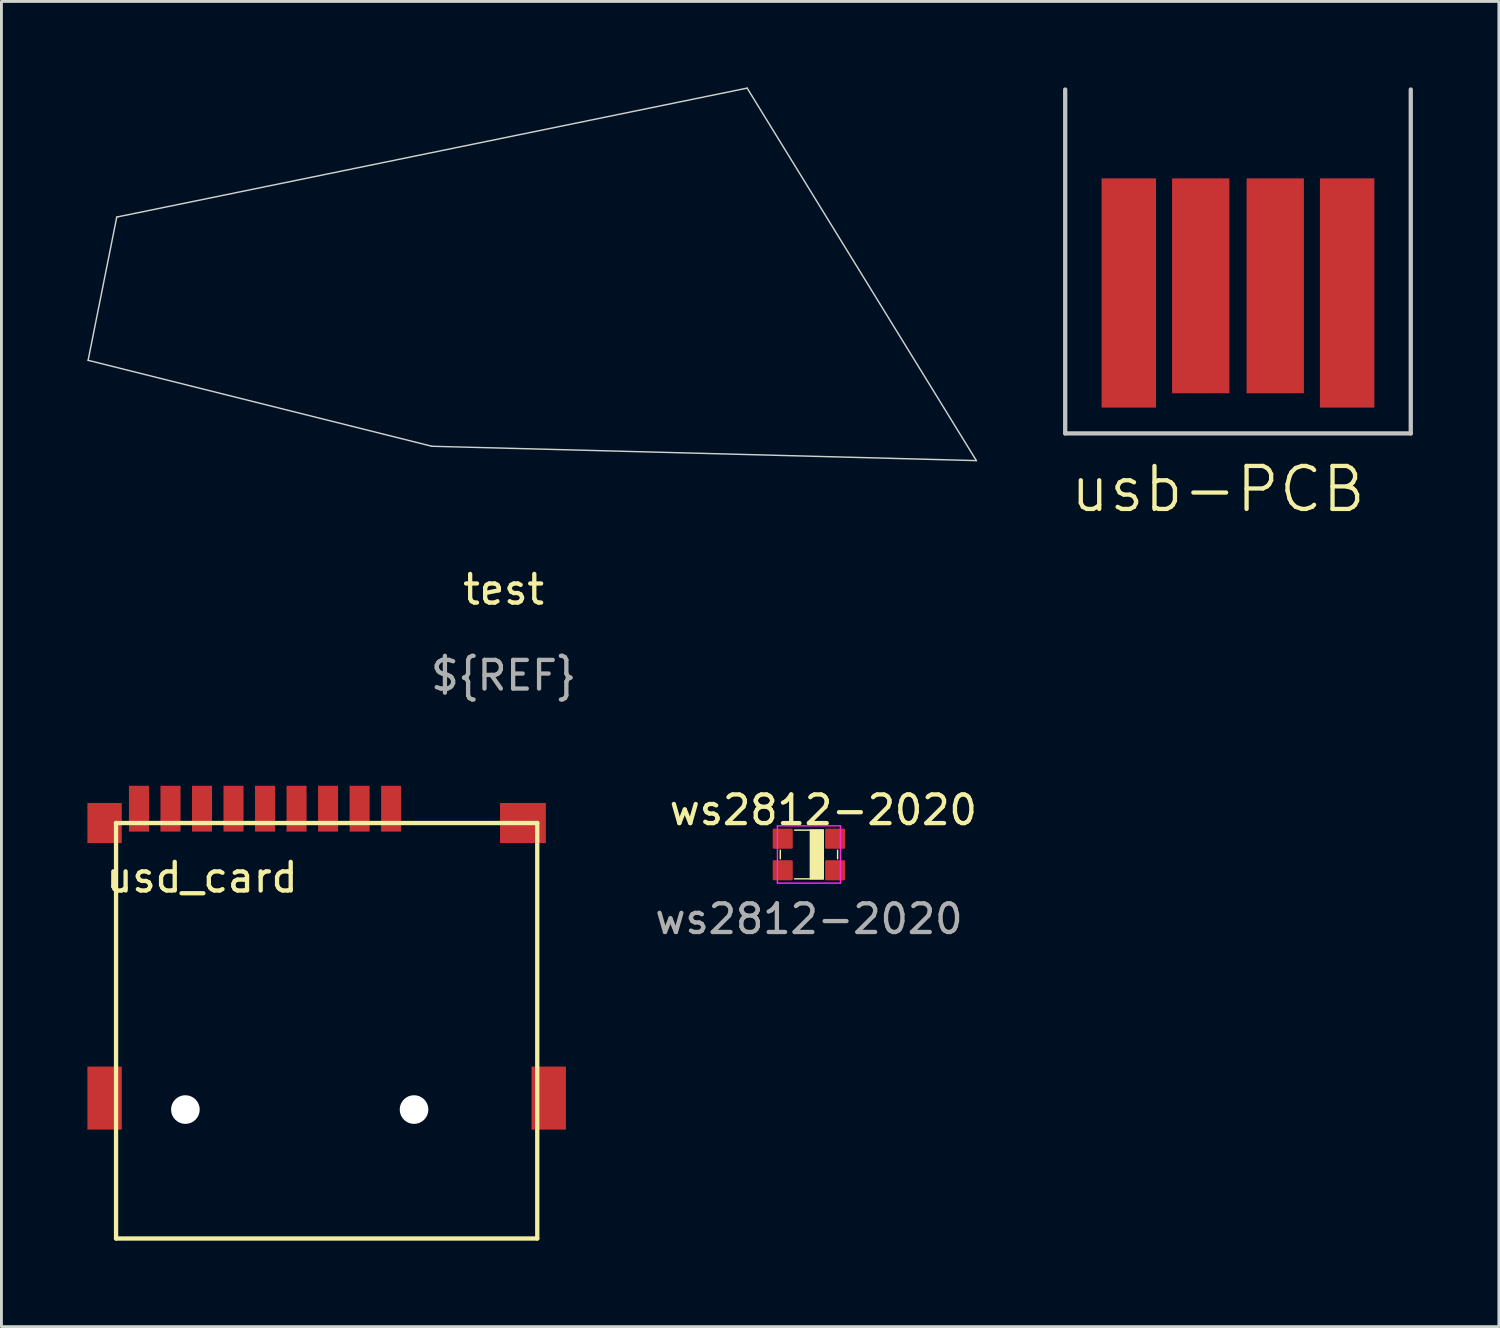
<source format=kicad_pcb>
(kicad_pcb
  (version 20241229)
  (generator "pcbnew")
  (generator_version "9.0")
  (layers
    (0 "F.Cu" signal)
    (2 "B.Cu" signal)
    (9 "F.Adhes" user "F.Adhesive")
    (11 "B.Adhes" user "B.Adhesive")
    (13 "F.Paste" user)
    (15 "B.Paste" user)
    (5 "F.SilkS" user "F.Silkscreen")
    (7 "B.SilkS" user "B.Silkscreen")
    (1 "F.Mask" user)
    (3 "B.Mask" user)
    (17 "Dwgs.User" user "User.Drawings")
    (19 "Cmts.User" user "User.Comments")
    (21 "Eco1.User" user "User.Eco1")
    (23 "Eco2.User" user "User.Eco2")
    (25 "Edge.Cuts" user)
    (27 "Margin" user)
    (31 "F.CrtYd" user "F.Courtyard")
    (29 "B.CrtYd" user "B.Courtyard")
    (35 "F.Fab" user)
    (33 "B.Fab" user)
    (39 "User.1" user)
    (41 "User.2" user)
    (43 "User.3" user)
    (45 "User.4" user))
  (footprint "usb-PCB"
    (layer "F.Cu")
    (at 40.155 12.075)
    (property "Reference" "usb-PCB" (at -0.7 1.95 0) (layer "F.SilkS") (effects (font (size 1.5 1.5) (thickness 0.15))))
    (attr exclude_from_pos_files exclude_from_bom)
    (fp_line (start -6.03 0) (end -6.03 -12) (stroke (width 0.15) (type solid)) (layer "Dwgs.User"))
    (fp_line (start 6.03 0) (end -6.03 0) (stroke (width 0.15) (type solid)) (layer "Dwgs.User"))
    (fp_line (start 6.03 0) (end 6.03 -12) (stroke (width 0.15) (type solid)) (layer "Dwgs.User"))
    (pad "1" connect rect (at 3.81 -4.9) (size 1.9 8) (layers "F.Cu" "F.Mask"))
    (pad "2" connect rect (at 1.3 -5.15) (size 2 7.5) (layers "F.Cu" "F.Mask"))
    (pad "3" connect rect (at -1.3 -5.15) (size 2 7.5) (layers "F.Cu" "F.Mask"))
    (pad "4" connect rect (at -3.81 -4.9) (size 1.9 8) (layers "F.Cu" "F.Mask")))
  (footprint "usd_card"
    (layer "F.Cu")
    (at 8.35 35.673)
    (property "Reference" "usd_card" (at -4.35 -8.1 0) (layer "F.SilkS") (effects (font (size 1 1) (thickness 0.15))))
    (attr through_hole)
    (fp_line (start -7.35 -10) (end -7.35 4.5) (stroke (width 0.15) (type solid)) (layer "F.SilkS"))
    (fp_line (start -7.35 -10) (end 7.35 -10) (stroke (width 0.15) (type solid)) (layer "F.SilkS"))
    (fp_line (start -7.35 4.5) (end 7.35 4.5) (stroke (width 0.15) (type solid)) (layer "F.SilkS"))
    (fp_line (start 7.35 -10) (end 7.35 4.5) (stroke (width 0.15) (type solid)) (layer "F.SilkS"))
    (pad "" smd rect (at -7.75 -0.4) (size 1.2 2.2) (layers "F.Cu" "F.Mask" "F.Paste"))
    (pad "" np_thru_hole circle (at -4.93 0) (size 1 1) (drill 1) (layers "*.Cu" "*.Mask"))
    (pad "" np_thru_hole circle (at 3.05 0) (size 1 1) (drill 1) (layers "*.Cu" "*.Mask"))
    (pad "" smd rect (at 6.85 -10) (size 1.6 1.4) (layers "F.Cu" "F.Mask" "F.Paste"))
    (pad "" smd rect (at 7.75 -0.4) (size 1.2 2.2) (layers "F.Cu" "F.Mask" "F.Paste"))
    (pad "1" smd rect (at 2.25 -10.5) (size 0.7 1.6) (layers "F.Cu" "F.Mask" "F.Paste"))
    (pad "2" smd rect (at 1.15 -10.5) (size 0.7 1.6) (layers "F.Cu" "F.Mask" "F.Paste"))
    (pad "3" smd rect (at 0.05 -10.5) (size 0.7 1.6) (layers "F.Cu" "F.Mask" "F.Paste"))
    (pad "4" smd rect (at -1.05 -10.5) (size 0.7 1.6) (layers "F.Cu" "F.Mask" "F.Paste"))
    (pad "5" smd rect (at -2.15 -10.5) (size 0.7 1.6) (layers "F.Cu" "F.Mask" "F.Paste"))
    (pad "6" smd rect (at -3.25 -10.5) (size 0.7 1.6) (layers "F.Cu" "F.Mask" "F.Paste"))
    (pad "7" smd rect (at -4.35 -10.5) (size 0.7 1.6) (layers "F.Cu" "F.Mask" "F.Paste"))
    (pad "8" smd rect (at -5.45 -10.5) (size 0.7 1.6) (layers "F.Cu" "F.Mask" "F.Paste"))
    (pad "9" smd rect (at -7.75 -10) (size 1.2 1.4) (layers "F.Cu" "F.Mask" "F.Paste"))
    (pad "10" smd rect (at -6.55 -10.5) (size 0.7 1.6) (layers "F.Cu" "F.Mask" "F.Paste")))
  (footprint "ws2812-2020"
    (layer "F.Cu")
    (at 25.182 26.771)
    (property "Reference" "ws2812-2020" (at 0.5 -1.55 0) (unlocked yes) (layer "F.SilkS") (effects (font (size 1 1) (thickness 0.15))))
    (fp_line (start -1 0.15) (end -1 -0.15) (stroke (width 0.05) (type solid)) (layer "F.SilkS"))
    (fp_line (start 0.5 -0.85) (end -0.5 -0.85) (stroke (width 0.05) (type solid)) (layer "F.SilkS"))
    (fp_line (start 0.5 0.85) (end -0.5 0.85) (stroke (width 0.05) (type solid)) (layer "F.SilkS"))
    (fp_line (start 1 0.15) (end 1 -0.15) (stroke (width 0.05) (type solid)) (layer "F.SilkS"))
    (fp_rect (start 0.5 -0.85) (end 0.05 0.85) (stroke (width 0.05) (type solid)) (fill yes) (layer "F.SilkS"))
    (fp_line (start -1.1 -1) (end 1.1 -1) (stroke (width 0.05) (type solid)) (layer "F.CrtYd"))
    (fp_line (start -1.1 1) (end -1.1 -1) (stroke (width 0.05) (type solid)) (layer "F.CrtYd"))
    (fp_line (start -1.1 1) (end 1.1 1) (stroke (width 0.05) (type solid)) (layer "F.CrtYd"))
    (fp_line (start 1.1 1) (end 1.1 -1) (stroke (width 0.05) (type solid)) (layer "F.CrtYd"))
    (fp_text user "${REFERENCE}" (at 0 2.25 0) (layer "F.Fab") (effects (font (size 1 1) (thickness 0.15))))
    (pad "1" smd roundrect (at 0.915 0.55) (size 0.7 0.7) (layers "F.Cu" "F.Mask" "F.Paste") (roundrect_rratio 0.05))
    (pad "2" smd roundrect (at 0.915 -0.55) (size 0.7 0.7) (layers "F.Cu" "F.Mask" "F.Paste") (roundrect_rratio 0.05))
    (pad "3" smd roundrect (at -0.915 -0.55) (size 0.7 0.7) (layers "F.Cu" "F.Mask" "F.Paste") (roundrect_rratio 0.05))
    (pad "4" smd roundrect (at -0.915 0.55) (size 0.7 0.7) (layers "F.Cu" "F.Mask" "F.Paste") (roundrect_rratio 0.05)))
  (footprint "test"
    (layer "F.Cu")
    (at 14.525 18.025)
    (property "Reference" "test" (at 0 -0.5 0) (unlocked yes) (layer "F.SilkS") (effects (font (size 1 1) (thickness 0.15))))
    (fp_line (start -14.5 -8.5) (end -13.5 -13.5) (stroke (width 0.05) (type solid)) (layer "Edge.Cuts"))
    (fp_line (start -13.5 -13.5) (end 8.5 -18) (stroke (width 0.05) (type solid)) (layer "Edge.Cuts"))
    (fp_line (start -2.5 -5.5) (end -14.5 -8.5) (stroke (width 0.05) (type solid)) (layer "Edge.Cuts"))
    (fp_line (start 8.5 -18) (end 16.5 -5) (stroke (width 0.05) (type solid)) (layer "Edge.Cuts"))
    (fp_line (start 16.5 -5) (end -2.5 -5.5) (stroke (width 0.05) (type solid)) (layer "Edge.Cuts"))
    (fp_text user "${REF}" (at 0 2.5 0) (unlocked yes) (layer "F.Fab") (effects (font (size 1 1) (thickness 0.15)))))
  (gr_rect
    (start -3 -3)
    (end 49.26 43.248)
    (stroke (width 0.1) (type default))
    (fill no)
    (layer "Edge.Cuts")))
</source>
